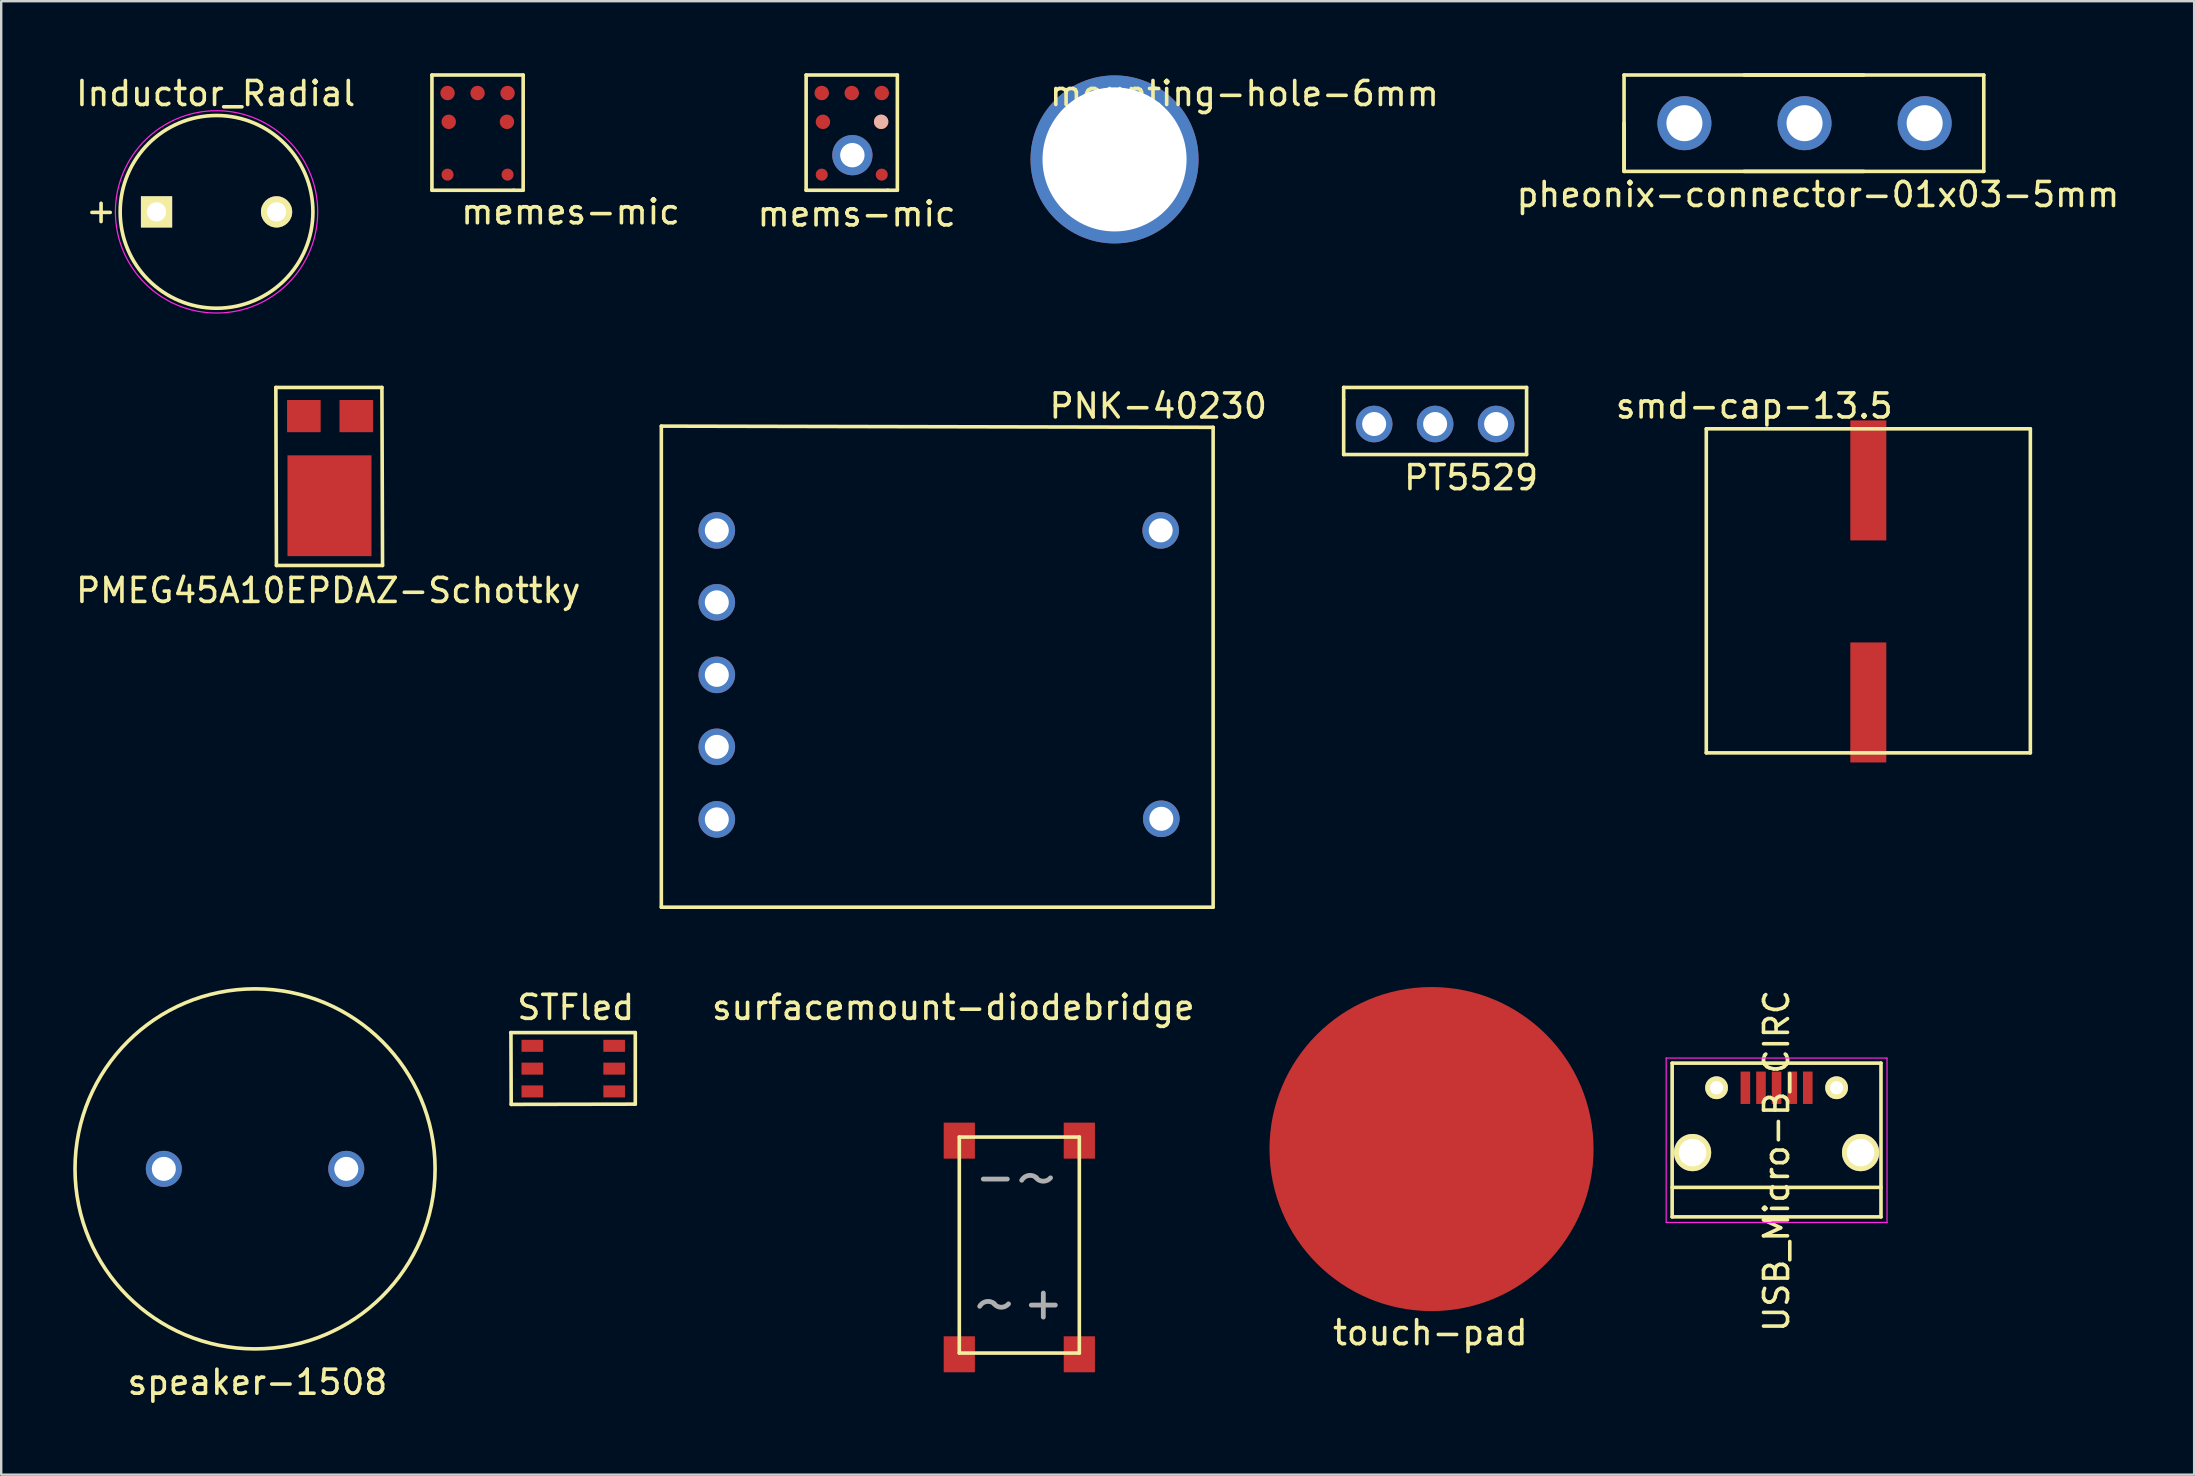
<source format=kicad_pcb>
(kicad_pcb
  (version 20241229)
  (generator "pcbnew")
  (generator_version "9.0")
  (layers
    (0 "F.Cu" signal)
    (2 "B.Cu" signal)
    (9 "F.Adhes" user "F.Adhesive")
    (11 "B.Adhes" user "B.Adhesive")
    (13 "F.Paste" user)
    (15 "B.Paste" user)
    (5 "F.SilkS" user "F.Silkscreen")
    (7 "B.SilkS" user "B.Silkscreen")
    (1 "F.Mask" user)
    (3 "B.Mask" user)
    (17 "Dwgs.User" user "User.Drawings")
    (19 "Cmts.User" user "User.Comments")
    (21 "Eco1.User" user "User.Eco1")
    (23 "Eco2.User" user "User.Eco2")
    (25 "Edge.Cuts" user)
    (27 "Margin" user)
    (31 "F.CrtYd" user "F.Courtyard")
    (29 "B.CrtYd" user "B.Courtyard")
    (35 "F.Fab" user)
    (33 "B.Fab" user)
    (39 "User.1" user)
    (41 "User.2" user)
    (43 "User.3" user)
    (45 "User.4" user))
  (footprint "memes-mic"
    (layer "F.Cu")
    (at 19.344 3.475)
    (property "Reference" "memes-mic" (at 1.375 2.3 0) (layer "F.SilkS") (effects (font (size 1 1) (thickness 0.15))))
    (attr through_hole)
    (fp_line (start -4.4 -3.4) (end -4.4 1.4) (stroke (width 0.15) (type solid)) (layer "F.SilkS"))
    (fp_line (start -1 1.4) (end -4.4 1.4) (stroke (width 0.15) (type solid)) (layer "F.SilkS"))
    (fp_line (start -1 1.4) (end -0.6 1.4) (stroke (width 0.15) (type solid)) (layer "F.SilkS"))
    (fp_line (start -0.6 -3.4) (end -4.4 -3.4) (stroke (width 0.15) (type solid)) (layer "F.SilkS"))
    (fp_line (start -0.6 1.4) (end -0.6 -3.4) (stroke (width 0.15) (type solid)) (layer "F.SilkS"))
    (pad "1" smd circle (at -3.75 -2.65) (size 0.6 0.6) (layers "F.Cu" "F.Mask" "F.Paste"))
    (pad "2" smd circle (at -3.7 -1.45) (size 0.6 0.6) (layers "F.Cu" "F.Mask" "F.Paste"))
    (pad "3" smd circle (at -3.75 0.75) (size 0.5 0.5) (layers "F.Cu" "F.Mask" "F.Paste"))
    (pad "4" smd circle (at -1.25 0.75) (size 0.5 0.5) (layers "F.Cu" "F.Mask" "F.Paste"))
    (pad "5" smd circle (at -1.275 -1.45) (size 0.6 0.6) (layers "F.Cu" "F.Mask" "F.Paste"))
    (pad "6" smd circle (at -1.25 -2.65) (size 0.6 0.6) (layers "F.Cu" "F.Mask" "F.Paste"))
    (pad "7" smd circle (at -2.5 -2.65) (size 0.6 0.6) (layers "F.Cu" "F.Mask" "F.Paste")))
  (footprint "Inductor_Radial"
    (layer "F.Cu")
    (at 3.471 5.776)
    (property "Reference" "Inductor_Radial" (at 2.464 -4.928 0) (layer "F.SilkS") (effects (font (size 1 1) (thickness 0.15))))
    (attr through_hole)
    (fp_circle (center 2.5 0) (end 2.388 -4.013) (stroke (width 0.15) (type solid)) (fill no) (layer "F.SilkS"))
    (fp_circle (center 2.5 0) (end 2.057 -4.191) (stroke (width 0.05) (type solid)) (fill no) (layer "F.CrtYd"))
    (fp_text user "+" (at -2.311 -0.051 0) (layer "F.SilkS") (effects (font (size 1 1) (thickness 0.15))))
    (pad "1" thru_hole rect (at 0 0) (size 1.3 1.3) (drill 0.8) (layers "*.Cu" "*.Mask" "F.SilkS"))
    (pad "2" thru_hole circle (at 5 0) (size 1.3 1.3) (drill 0.8) (layers "*.Cu" "*.Mask" "F.SilkS")))
  (footprint "PNK-40230"
    (layer "F.Cu")
    (at 24.5 34.818)
    (property "Reference" "PNK-40230" (at 20.701 -20.955 180) (layer "F.SilkS") (effects (font (size 1 1) (thickness 0.15))))
    (attr through_hole)
    (fp_line (start 0 -20.117) (end 22.987 -20.066) (stroke (width 0.15) (type solid)) (layer "F.SilkS"))
    (fp_line (start 0 -0.076) (end 0 -20.117) (stroke (width 0.15) (type solid)) (layer "F.SilkS"))
    (fp_line (start 22.987 -0.076) (end 0 -0.076) (stroke (width 0.15) (type solid)) (layer "F.SilkS"))
    (fp_line (start 22.987 -0.076) (end 22.987 -20.066) (stroke (width 0.15) (type solid)) (layer "F.SilkS"))
    (pad "1" thru_hole circle (at 2.311 -3.734 90) (size 1.524 1.524) (drill 1) (layers "*.Cu" "*.Mask"))
    (pad "2" thru_hole circle (at 2.311 -6.756 90) (size 1.524 1.524) (drill 1) (layers "*.Cu" "*.Mask"))
    (pad "3" thru_hole circle (at 2.311 -9.754 90) (size 1.524 1.524) (drill 1) (layers "*.Cu" "*.Mask"))
    (pad "4" thru_hole circle (at 2.311 -12.776 90) (size 1.524 1.524) (drill 1) (layers "*.Cu" "*.Mask"))
    (pad "5" thru_hole circle (at 2.311 -15.773 90) (size 1.524 1.524) (drill 1) (layers "*.Cu" "*.Mask"))
    (pad "6" thru_hole circle (at 20.828 -3.759 90) (size 1.524 1.524) (drill 1) (layers "*.Cu" "*.Mask"))
    (pad "7" thru_hole circle (at 20.803 -15.773 90) (size 1.524 1.524) (drill 1) (layers "*.Cu" "*.Mask")))
  (footprint "USB_Micro-B_CIRC"
    (layer "F.Cu")
    (at 70.96 43.827)
    (property "Reference" "USB_Micro-B_CIRC" (at 0 1.485 90) (layer "F.SilkS") (effects (font (size 1 1) (thickness 0.15))))
    (attr smd)
    (fp_line (start -4.351 -2.588) (end 4.349 -2.588) (stroke (width 0.15) (type solid)) (layer "F.SilkS"))
    (fp_line (start -4.351 3.817) (end -4.351 -2.588) (stroke (width 0.15) (type solid)) (layer "F.SilkS"))
    (fp_line (start -4.351 3.817) (end 4.349 3.817) (stroke (width 0.15) (type solid)) (layer "F.SilkS"))
    (fp_line (start 4.349 -2.588) (end 4.349 3.817) (stroke (width 0.15) (type solid)) (layer "F.SilkS"))
    (fp_line (start 4.349 2.587) (end -4.351 2.587) (stroke (width 0.15) (type solid)) (layer "F.SilkS"))
    (fp_line (start -4.6 -2.8) (end 4.6 -2.8) (stroke (width 0.05) (type solid)) (layer "F.CrtYd"))
    (fp_line (start -4.6 4.05) (end -4.6 -2.8) (stroke (width 0.05) (type solid)) (layer "F.CrtYd"))
    (fp_line (start 4.6 -2.8) (end 4.6 4.05) (stroke (width 0.05) (type solid)) (layer "F.CrtYd"))
    (fp_line (start 4.6 4.05) (end -4.6 4.05) (stroke (width 0.05) (type solid)) (layer "F.CrtYd"))
    (pad "1" smd rect (at -1.301 -1.563 90) (size 1.35 0.4) (layers "F.Cu" "F.Mask" "F.Paste"))
    (pad "2" smd rect (at -0.651 -1.563 90) (size 1.35 0.4) (layers "F.Cu" "F.Mask" "F.Paste"))
    (pad "3" smd rect (at -0.001 -1.563 90) (size 1.35 0.4) (layers "F.Cu" "F.Mask" "F.Paste"))
    (pad "4" smd rect (at 0.649 -1.563 90) (size 1.35 0.4) (layers "F.Cu" "F.Mask" "F.Paste"))
    (pad "5" smd rect (at 1.299 -1.563 90) (size 1.35 0.4) (layers "F.Cu" "F.Mask" "F.Paste"))
    (pad "6" thru_hole circle (at -3.501 1.137 90) (size 1.55 1.55) (drill 1.15) (layers "*.Cu" "*.Mask" "F.SilkS"))
    (pad "6" thru_hole circle (at -2.501 -1.563 90) (size 0.95 0.95) (drill 0.55) (layers "*.Cu" "*.Mask" "F.SilkS"))
    (pad "6" thru_hole circle (at 2.499 -1.563 90) (size 0.95 0.95) (drill 0.55) (layers "*.Cu" "*.Mask" "F.SilkS"))
    (pad "6" thru_hole circle (at 3.499 1.137 90) (size 1.55 1.55) (drill 1.15) (layers "*.Cu" "*.Mask" "F.SilkS")))
  (footprint "smd-cap-13.5"
    (layer "F.Cu")
    (at 71.031 18.813)
    (property "Reference" "smd-cap-13.5" (at -1 -4.95 0) (layer "F.SilkS") (effects (font (size 1 1) (thickness 0.15))))
    (attr through_hole)
    (fp_line (start -3 -4) (end 10.5 -4) (stroke (width 0.15) (type solid)) (layer "F.SilkS"))
    (fp_line (start -3 9.5) (end -3 -4) (stroke (width 0.15) (type solid)) (layer "F.SilkS"))
    (fp_line (start 10.5 -4) (end 10.5 9.5) (stroke (width 0.15) (type solid)) (layer "F.SilkS"))
    (fp_line (start 10.5 9.5) (end -3 9.5) (stroke (width 0.15) (type solid)) (layer "F.SilkS"))
    (pad "1" smd rect (at 3.75 -1.85 90) (size 5 1.5) (layers "F.Cu" "F.Mask" "F.Paste"))
    (pad "2" smd rect (at 3.75 7.4 90) (size 5 1.5) (layers "F.Cu" "F.Mask" "F.Paste")))
  (footprint "speaker-1508"
    (layer "F.Cu")
    (at 7.675 45.643)
    (property "Reference" "speaker-1508" (at 0 8.89 0) (layer "F.SilkS") (effects (font (size 1 1) (thickness 0.15))))
    (attr through_hole)
    (fp_circle (center -0.1 0) (end 7.4 0) (stroke (width 0.15) (type solid)) (fill no) (layer "F.SilkS"))
    (pad "1" thru_hole circle (at -3.9 0) (size 1.5 1.5) (drill 1) (layers "*.Cu" "*.Mask"))
    (pad "2" thru_hole circle (at 3.7 0) (size 1.5 1.5) (drill 1) (layers "*.Cu" "*.Mask")))
  (footprint "mounting-hole-6mm"
    (layer "F.Cu")
    (at 43.38 3.591)
    (property "Reference" "mounting-hole-6mm" (at 5.41 -2.743 0) (layer "F.SilkS") (effects (font (size 1 1) (thickness 0.15))))
    (attr through_hole)
    (pad "1" thru_hole circle (at 0 0) (size 7 7) (drill 6) (layers "*.Cu" "*.Mask")))
  (footprint "touch-pad"
    (layer "F.Cu")
    (at 56.585 44.818)
    (property "Reference" "touch-pad" (at -0.05 7.65 0) (layer "F.SilkS") (effects (font (size 1 1) (thickness 0.15))))
    (attr through_hole)
    (pad "1" smd circle (at 0 0) (size 13.5 13.5) (layers "F.Cu" "F.Mask" "F.Paste")))
  (footprint "pheonix-connector-01x03-5mm"
    (layer "F.Cu")
    (at 67.12 2.082)
    (property "Reference" "pheonix-connector-01x03-5mm" (at 5.563 2.972 0) (layer "F.SilkS") (effects (font (size 1 1) (thickness 0.15))))
    (attr through_hole)
    (fp_line (start -2.515 -2.007) (end -2.515 2.007) (stroke (width 0.15) (type solid)) (layer "F.SilkS"))
    (fp_line (start -2.515 0) (end -2.515 2.007) (stroke (width 0.15) (type solid)) (layer "F.SilkS"))
    (fp_line (start -2.515 2.007) (end 7.468 2.007) (stroke (width 0.15) (type solid)) (layer "F.SilkS"))
    (fp_line (start 2.489 2.007) (end 12.471 2.007) (stroke (width 0.15) (type solid)) (layer "F.SilkS"))
    (fp_line (start 7.468 -2.007) (end -2.515 -2.007) (stroke (width 0.15) (type solid)) (layer "F.SilkS"))
    (fp_line (start 12.471 -2.007) (end 2.489 -2.007) (stroke (width 0.15) (type solid)) (layer "F.SilkS"))
    (fp_line (start 12.471 2.007) (end 12.471 -2.007) (stroke (width 0.15) (type solid)) (layer "F.SilkS"))
    (pad "1" thru_hole circle (at 0 0) (size 2.25 2.25) (drill 1.5) (layers "*.Cu" "*.Mask"))
    (pad "2" thru_hole circle (at 5.004 0) (size 2.25 2.25) (drill 1.5) (layers "*.Cu" "*.Mask"))
    (pad "3" thru_hole circle (at 10.008 0) (size 2.25 2.25) (drill 1.5) (layers "*.Cu" "*.Mask")))
  (footprint "PMEG45A10EPDAZ-Schottky"
    (layer "F.Cu")
    (at 8.466 20.507)
    (property "Reference" "PMEG45A10EPDAZ-Schottky" (at 2.159 1.041 0) (layer "F.SilkS") (effects (font (size 1 1) (thickness 0.15))))
    (attr through_hole)
    (fp_line (start -0.025 -7.417) (end 0 0) (stroke (width 0.15) (type solid)) (layer "F.SilkS"))
    (fp_line (start 0 0) (end 4.42 0) (stroke (width 0.15) (type solid)) (layer "F.SilkS"))
    (fp_line (start 4.394 -7.417) (end -0.025 -7.417) (stroke (width 0.15) (type solid)) (layer "F.SilkS"))
    (fp_line (start 4.42 0) (end 4.394 -7.417) (stroke (width 0.15) (type solid)) (layer "F.SilkS"))
    (pad "1" smd rect (at 2.21 -2.489) (size 3.5 4.2) (layers "F.Cu" "F.Mask" "F.Paste"))
    (pad "2" smd rect (at 1.143 -6.223) (size 1.4 1.34) (layers "F.Cu" "F.Mask" "F.Paste"))
    (pad "2" smd rect (at 3.327 -6.223) (size 1.4 1.34) (layers "F.Cu" "F.Mask" "F.Paste")))
  (footprint "mems-mic"
    (layer "F.Cu")
    (at 32.433 2.378)
    (property "Reference" "mems-mic" (at 0.203 3.485 0) (layer "F.SilkS") (effects (font (size 1 1) (thickness 0.15))))
    (attr through_hole)
    (fp_line (start -1.901 -2.303) (end -1.901 2.497) (stroke (width 0.15) (type solid)) (layer "F.SilkS"))
    (fp_line (start 1.499 2.497) (end -1.901 2.497) (stroke (width 0.15) (type solid)) (layer "F.SilkS"))
    (fp_line (start 1.499 2.497) (end 1.899 2.497) (stroke (width 0.15) (type solid)) (layer "F.SilkS"))
    (fp_line (start 1.899 -2.303) (end -1.901 -2.303) (stroke (width 0.15) (type solid)) (layer "F.SilkS"))
    (fp_line (start 1.899 2.497) (end 1.899 -2.303) (stroke (width 0.15) (type solid)) (layer "F.SilkS"))
    (pad "1" smd circle (at -1.251 -1.553) (size 0.6 0.6) (layers "*.Mask" "F.Cu" "F.Paste"))
    (pad "2" smd circle (at -1.201 -0.353) (size 0.6 0.6) (layers "*.Mask" "F.Cu" "F.Paste"))
    (pad "3" smd circle (at -1.251 1.847) (size 0.5 0.5) (layers "*.Mask" "F.Cu" "F.Paste"))
    (pad "3" smd circle (at -0.001 -1.553) (size 0.6 0.6) (layers "*.Mask" "F.Cu" "F.Paste"))
    (pad "3" thru_hole circle (at 0.025 1.036) (size 1.676 1.676) (drill 1.016) (layers "*.Cu" "*.Mask"))
    (pad "3" smd circle (at 1.224 -0.353) (size 0.6 0.6) (layers "F.Cu" "F.Mask" "B.SilkS" "F.Paste"))
    (pad "3" smd circle (at 1.249 1.847) (size 0.5 0.5) (layers "*.Mask" "F.Cu" "F.Paste"))
    (pad "6" smd circle (at 1.249 -1.553) (size 0.6 0.6) (layers "*.Mask" "F.Cu" "F.Paste")))
  (footprint "PT5529"
    (layer "F.Cu")
    (at 54.195 14.614)
    (property "Reference" "PT5529" (at 4.039 2.235 0) (layer "F.SilkS") (effects (font (size 1 1) (thickness 0.15))))
    (attr through_hole)
    (fp_line (start -1.27 -1.524) (end -1.27 -1.041) (stroke (width 0.15) (type solid)) (layer "F.SilkS"))
    (fp_line (start -1.27 -1.016) (end -1.27 1.27) (stroke (width 0.15) (type solid)) (layer "F.SilkS"))
    (fp_line (start -1.27 1.27) (end 6.35 1.27) (stroke (width 0.15) (type solid)) (layer "F.SilkS"))
    (fp_line (start 6.35 -1.524) (end -1.27 -1.524) (stroke (width 0.15) (type solid)) (layer "F.SilkS"))
    (fp_line (start 6.35 1.27) (end 6.35 -1.524) (stroke (width 0.15) (type solid)) (layer "F.SilkS"))
    (pad "1" thru_hole circle (at 0 0) (size 1.524 1.524) (drill 1) (layers "*.Cu" "*.Mask"))
    (pad "2" thru_hole circle (at 2.54 0) (size 1.524 1.524) (drill 1) (layers "*.Cu" "*.Mask"))
    (pad "3" thru_hole circle (at 5.08 0) (size 1.524 1.524) (drill 1) (layers "*.Cu" "*.Mask")))
  (footprint "STFled"
    (layer "F.Cu")
    (at 20.935 41.467)
    (property "Reference" "STFled" (at 0 -2.55 180) (layer "F.SilkS") (effects (font (size 1 1) (thickness 0.15))))
    (attr smd)
    (fp_line (start -2.71 -1.5) (end 2.48 -1.5) (stroke (width 0.15) (type solid)) (layer "F.SilkS"))
    (fp_line (start -2.7 -1.5) (end -2.69 1.49) (stroke (width 0.15) (type solid)) (layer "F.SilkS"))
    (fp_line (start 2.48 -1.5) (end 2.48 1.48) (stroke (width 0.15) (type solid)) (layer "F.SilkS"))
    (fp_line (start 2.48 1.48) (end -2.69 1.49) (stroke (width 0.15) (type solid)) (layer "F.SilkS"))
    (pad "1" smd rect (at -1.81 -0.95 90) (size 0.5 0.9) (layers "F.Cu" "F.Mask" "F.Paste"))
    (pad "2" smd rect (at -1.81 0 90) (size 0.5 0.9) (layers "F.Cu" "F.Mask" "F.Paste"))
    (pad "3" smd rect (at -1.81 0.95 90) (size 0.5 0.9) (layers "F.Cu" "F.Mask" "F.Paste"))
    (pad "4" smd rect (at 1.6 0.95 90) (size 0.5 0.9) (layers "F.Cu" "F.Mask" "F.Paste"))
    (pad "5" smd rect (at 1.6 0 90) (size 0.5 0.9) (layers "F.Cu" "F.Mask" "F.Paste"))
    (pad "6" smd rect (at 1.6 -0.95 90) (size 0.5 0.9) (layers "F.Cu" "F.Mask" "F.Paste")))
  (footprint "surfacemount-diodebridge"
    (layer "F.Cu")
    (at 36.913 42.567)
    (property "Reference" "surfacemount-diodebridge" (at -0.25 -3.65 0) (layer "F.SilkS") (effects (font (size 1 1) (thickness 0.15))))
    (attr through_hole)
    (fp_line (start 0 1.75) (end 0 10.75) (stroke (width 0.15) (type solid)) (layer "F.SilkS"))
    (fp_line (start 0 10.75) (end 5 10.75) (stroke (width 0.15) (type solid)) (layer "F.SilkS"))
    (fp_line (start 5 1.75) (end 0 1.75) (stroke (width 0.15) (type solid)) (layer "F.SilkS"))
    (fp_line (start 5 10.75) (end 5 1.75) (stroke (width 0.15) (type solid)) (layer "F.SilkS"))
    (fp_line (start 2 3.5) (end 1 3.5) (stroke (width 0.2) (type solid)) (layer "F.Fab"))
    (fp_line (start 3 8.75) (end 4 8.75) (stroke (width 0.2) (type solid)) (layer "F.Fab"))
    (fp_line (start 3.5 8.25) (end 3.5 9.25) (stroke (width 0.2) (type solid)) (layer "F.Fab"))
    (fp_arc (start 0.85 8.8) (mid 1.128233 8.603327) (end 1.457738 8.690047) (stroke (width 0.2) (type solid)) (layer "F.Fab"))
    (fp_arc (start 2.05 8.7) (mid 1.751325 8.84051) (end 1.451704 8.70203) (stroke (width 0.2) (type solid)) (layer "F.Fab"))
    (fp_arc (start 2.6 3.55) (mid 2.878233 3.353327) (end 3.207738 3.440047) (stroke (width 0.2) (type solid)) (layer "F.Fab"))
    (fp_arc (start 3.8 3.45) (mid 3.501325 3.59051) (end 3.201704 3.45203) (stroke (width 0.2) (type solid)) (layer "F.Fab"))
    (pad "1" smd rect (at 0 1.9) (size 1.3 1.5) (layers "F.Cu" "F.Mask" "F.Paste"))
    (pad "2" smd rect (at 0 10.8) (size 1.3 1.5) (layers "F.Cu" "F.Mask" "F.Paste"))
    (pad "3" smd rect (at 5 10.8) (size 1.3 1.5) (layers "F.Cu" "F.Mask" "F.Paste"))
    (pad "4" smd rect (at 5 1.9) (size 1.3 1.5) (layers "F.Cu" "F.Mask" "F.Paste")))
  (gr_rect
    (start -3 -3)
    (end 88.355 58.382)
    (stroke (width 0.1) (type default))
    (fill no)
    (layer "Edge.Cuts")))
</source>
